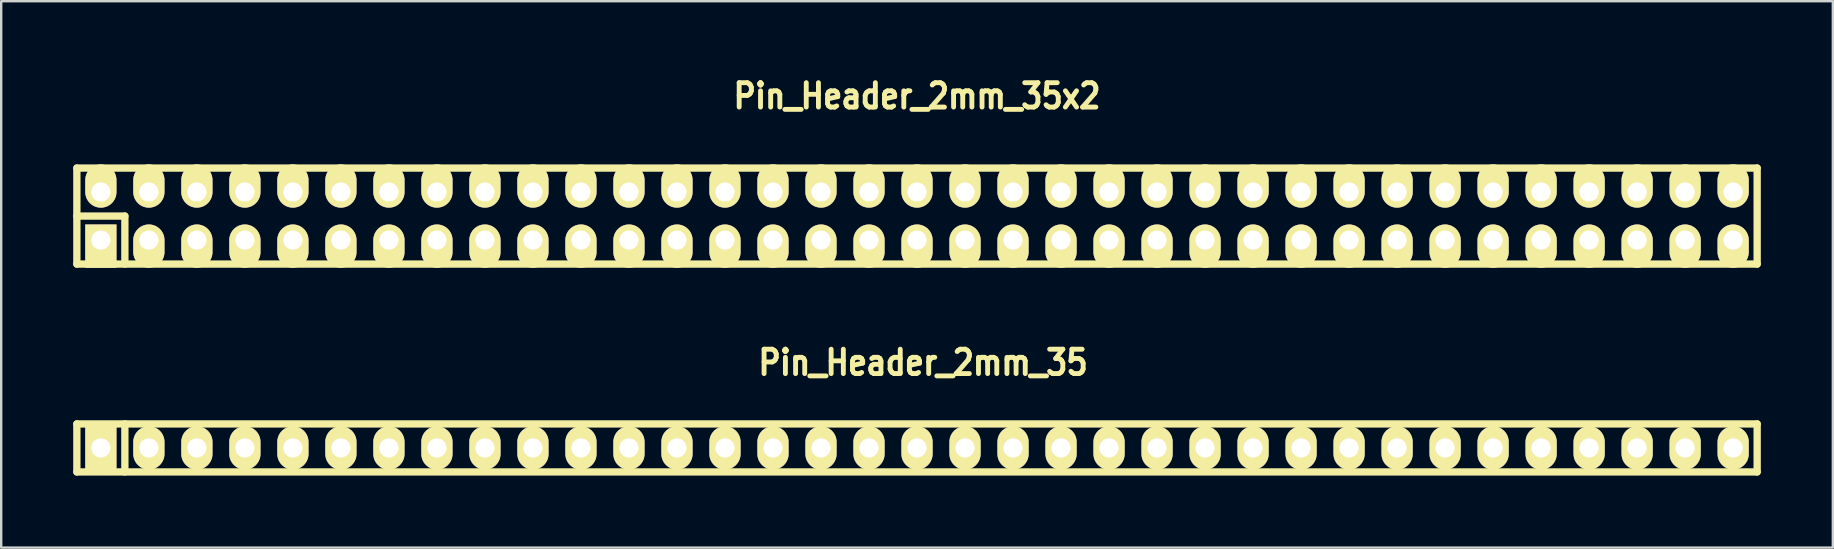
<source format=kicad_pcb>
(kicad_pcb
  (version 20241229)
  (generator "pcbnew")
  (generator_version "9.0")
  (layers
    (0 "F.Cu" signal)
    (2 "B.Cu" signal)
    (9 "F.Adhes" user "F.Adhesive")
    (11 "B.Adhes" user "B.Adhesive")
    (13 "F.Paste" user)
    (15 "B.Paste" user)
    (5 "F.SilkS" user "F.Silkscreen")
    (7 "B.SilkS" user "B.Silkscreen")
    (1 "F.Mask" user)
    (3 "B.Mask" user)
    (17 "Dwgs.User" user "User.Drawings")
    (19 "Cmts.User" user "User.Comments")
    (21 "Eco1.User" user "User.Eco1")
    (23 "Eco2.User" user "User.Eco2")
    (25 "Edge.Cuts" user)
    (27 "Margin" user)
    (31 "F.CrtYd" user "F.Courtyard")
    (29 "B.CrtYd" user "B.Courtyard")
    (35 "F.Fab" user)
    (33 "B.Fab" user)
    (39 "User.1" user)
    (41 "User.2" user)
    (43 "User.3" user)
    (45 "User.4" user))
  (footprint "Pin_Header_2mm_35x2"
    (layer "F.Cu")
    (at 35.152 5.951)
    (property "Reference" "Pin_Header_2mm_35x2" (at 0 -5 0) (layer "F.SilkS") (effects (font (size 1.016 0.889) (thickness 0.203))))
    (attr through_hole)
    (fp_line (start -35 -2) (end 35 -2) (stroke (width 0.305) (type solid)) (layer "F.SilkS"))
    (fp_line (start -35 0) (end -33 0) (stroke (width 0.305) (type solid)) (layer "F.SilkS"))
    (fp_line (start -35 2) (end -35 -2) (stroke (width 0.305) (type solid)) (layer "F.SilkS"))
    (fp_line (start -33 0) (end -33 2) (stroke (width 0.305) (type solid)) (layer "F.SilkS"))
    (fp_line (start 35 -2) (end 35 2) (stroke (width 0.305) (type solid)) (layer "F.SilkS"))
    (fp_line (start 35 2) (end -35 2) (stroke (width 0.305) (type solid)) (layer "F.SilkS"))
    (pad "1" thru_hole rect (at -34 1) (size 1.3 1.8) (drill 0.8 (offset 0 0.25)) (layers "*.Cu" "*.Mask" "F.SilkS"))
    (pad "2" thru_hole oval (at -34 -1) (size 1.3 1.8) (drill 0.8 (offset 0 -0.25)) (layers "*.Cu" "*.Mask" "F.SilkS"))
    (pad "3" thru_hole oval (at -32 1) (size 1.3 1.8) (drill 0.8 (offset 0 0.25)) (layers "*.Cu" "*.Mask" "F.SilkS"))
    (pad "4" thru_hole oval (at -32 -1) (size 1.3 1.8) (drill 0.8 (offset 0 -0.25)) (layers "*.Cu" "*.Mask" "F.SilkS"))
    (pad "5" thru_hole oval (at -30 1) (size 1.3 1.8) (drill 0.8 (offset 0 0.25)) (layers "*.Cu" "*.Mask" "F.SilkS"))
    (pad "6" thru_hole oval (at -30 -1) (size 1.3 1.8) (drill 0.8 (offset 0 -0.25)) (layers "*.Cu" "*.Mask" "F.SilkS"))
    (pad "7" thru_hole oval (at -28 1) (size 1.3 1.8) (drill 0.8 (offset 0 0.25)) (layers "*.Cu" "*.Mask" "F.SilkS"))
    (pad "8" thru_hole oval (at -28 -1) (size 1.3 1.8) (drill 0.8 (offset 0 -0.25)) (layers "*.Cu" "*.Mask" "F.SilkS"))
    (pad "9" thru_hole oval (at -26 1) (size 1.3 1.8) (drill 0.8 (offset 0 0.25)) (layers "*.Cu" "*.Mask" "F.SilkS"))
    (pad "10" thru_hole oval (at -26 -1) (size 1.3 1.8) (drill 0.8 (offset 0 -0.25)) (layers "*.Cu" "*.Mask" "F.SilkS"))
    (pad "11" thru_hole oval (at -24 1) (size 1.3 1.8) (drill 0.8 (offset 0 0.25)) (layers "*.Cu" "*.Mask" "F.SilkS"))
    (pad "12" thru_hole oval (at -24 -1) (size 1.3 1.8) (drill 0.8 (offset 0 -0.25)) (layers "*.Cu" "*.Mask" "F.SilkS"))
    (pad "13" thru_hole oval (at -22 1) (size 1.3 1.8) (drill 0.8 (offset 0 0.25)) (layers "*.Cu" "*.Mask" "F.SilkS"))
    (pad "14" thru_hole oval (at -22 -1) (size 1.3 1.8) (drill 0.8 (offset 0 -0.25)) (layers "*.Cu" "*.Mask" "F.SilkS"))
    (pad "15" thru_hole oval (at -20 1) (size 1.3 1.8) (drill 0.8 (offset 0 0.25)) (layers "*.Cu" "*.Mask" "F.SilkS"))
    (pad "16" thru_hole oval (at -20 -1) (size 1.3 1.8) (drill 0.8 (offset 0 -0.25)) (layers "*.Cu" "*.Mask" "F.SilkS"))
    (pad "17" thru_hole oval (at -18 1) (size 1.3 1.8) (drill 0.8 (offset 0 0.25)) (layers "*.Cu" "*.Mask" "F.SilkS"))
    (pad "18" thru_hole oval (at -18 -1) (size 1.3 1.8) (drill 0.8 (offset 0 -0.25)) (layers "*.Cu" "*.Mask" "F.SilkS"))
    (pad "19" thru_hole oval (at -16 1) (size 1.3 1.8) (drill 0.8 (offset 0 0.25)) (layers "*.Cu" "*.Mask" "F.SilkS"))
    (pad "20" thru_hole oval (at -16 -1) (size 1.3 1.8) (drill 0.8 (offset 0 -0.25)) (layers "*.Cu" "*.Mask" "F.SilkS"))
    (pad "21" thru_hole oval (at -14 1) (size 1.3 1.8) (drill 0.8 (offset 0 0.25)) (layers "*.Cu" "*.Mask" "F.SilkS"))
    (pad "22" thru_hole oval (at -14 -1) (size 1.3 1.8) (drill 0.8 (offset 0 -0.25)) (layers "*.Cu" "*.Mask" "F.SilkS"))
    (pad "23" thru_hole oval (at -12 1) (size 1.3 1.8) (drill 0.8 (offset 0 0.25)) (layers "*.Cu" "*.Mask" "F.SilkS"))
    (pad "24" thru_hole oval (at -12 -1) (size 1.3 1.8) (drill 0.8 (offset 0 -0.25)) (layers "*.Cu" "*.Mask" "F.SilkS"))
    (pad "25" thru_hole oval (at -10 1) (size 1.3 1.8) (drill 0.8 (offset 0 0.25)) (layers "*.Cu" "*.Mask" "F.SilkS"))
    (pad "26" thru_hole oval (at -10 -1) (size 1.3 1.8) (drill 0.8 (offset 0 -0.25)) (layers "*.Cu" "*.Mask" "F.SilkS"))
    (pad "27" thru_hole oval (at -8 1) (size 1.3 1.8) (drill 0.8 (offset 0 0.25)) (layers "*.Cu" "*.Mask" "F.SilkS"))
    (pad "28" thru_hole oval (at -8 -1) (size 1.3 1.8) (drill 0.8 (offset 0 -0.25)) (layers "*.Cu" "*.Mask" "F.SilkS"))
    (pad "29" thru_hole oval (at -6 1) (size 1.3 1.8) (drill 0.8 (offset 0 0.25)) (layers "*.Cu" "*.Mask" "F.SilkS"))
    (pad "30" thru_hole oval (at -6 -1) (size 1.3 1.8) (drill 0.8 (offset 0 -0.25)) (layers "*.Cu" "*.Mask" "F.SilkS"))
    (pad "31" thru_hole oval (at -4 1) (size 1.3 1.8) (drill 0.8 (offset 0 0.25)) (layers "*.Cu" "*.Mask" "F.SilkS"))
    (pad "32" thru_hole oval (at -4 -1) (size 1.3 1.8) (drill 0.8 (offset 0 -0.25)) (layers "*.Cu" "*.Mask" "F.SilkS"))
    (pad "33" thru_hole oval (at -2 1) (size 1.3 1.8) (drill 0.8 (offset 0 0.25)) (layers "*.Cu" "*.Mask" "F.SilkS"))
    (pad "34" thru_hole oval (at -2 -1) (size 1.3 1.8) (drill 0.8 (offset 0 -0.25)) (layers "*.Cu" "*.Mask" "F.SilkS"))
    (pad "35" thru_hole oval (at 0 1) (size 1.3 1.8) (drill 0.8 (offset 0 0.25)) (layers "*.Cu" "*.Mask" "F.SilkS"))
    (pad "36" thru_hole oval (at 0 -1) (size 1.3 1.8) (drill 0.8 (offset 0 -0.25)) (layers "*.Cu" "*.Mask" "F.SilkS"))
    (pad "37" thru_hole oval (at 2 1) (size 1.3 1.8) (drill 0.8 (offset 0 0.25)) (layers "*.Cu" "*.Mask" "F.SilkS"))
    (pad "38" thru_hole oval (at 2 -1) (size 1.3 1.8) (drill 0.8 (offset 0 -0.25)) (layers "*.Cu" "*.Mask" "F.SilkS"))
    (pad "39" thru_hole oval (at 4 1) (size 1.3 1.8) (drill 0.8 (offset 0 0.25)) (layers "*.Cu" "*.Mask" "F.SilkS"))
    (pad "40" thru_hole oval (at 4 -1) (size 1.3 1.8) (drill 0.8 (offset 0 -0.25)) (layers "*.Cu" "*.Mask" "F.SilkS"))
    (pad "41" thru_hole oval (at 6 1) (size 1.3 1.8) (drill 0.8 (offset 0 0.25)) (layers "*.Cu" "*.Mask" "F.SilkS"))
    (pad "42" thru_hole oval (at 6 -1) (size 1.3 1.8) (drill 0.8 (offset 0 -0.25)) (layers "*.Cu" "*.Mask" "F.SilkS"))
    (pad "43" thru_hole oval (at 8 1) (size 1.3 1.8) (drill 0.8 (offset 0 0.25)) (layers "*.Cu" "*.Mask" "F.SilkS"))
    (pad "44" thru_hole oval (at 8 -1) (size 1.3 1.8) (drill 0.8 (offset 0 -0.25)) (layers "*.Cu" "*.Mask" "F.SilkS"))
    (pad "45" thru_hole oval (at 10 1) (size 1.3 1.8) (drill 0.8 (offset 0 0.25)) (layers "*.Cu" "*.Mask" "F.SilkS"))
    (pad "46" thru_hole oval (at 10 -1) (size 1.3 1.8) (drill 0.8 (offset 0 -0.25)) (layers "*.Cu" "*.Mask" "F.SilkS"))
    (pad "47" thru_hole oval (at 12 1) (size 1.3 1.8) (drill 0.8 (offset 0 0.25)) (layers "*.Cu" "*.Mask" "F.SilkS"))
    (pad "48" thru_hole oval (at 12 -1) (size 1.3 1.8) (drill 0.8 (offset 0 -0.25)) (layers "*.Cu" "*.Mask" "F.SilkS"))
    (pad "49" thru_hole oval (at 14 1) (size 1.3 1.8) (drill 0.8 (offset 0 0.25)) (layers "*.Cu" "*.Mask" "F.SilkS"))
    (pad "50" thru_hole oval (at 14 -1) (size 1.3 1.8) (drill 0.8 (offset 0 -0.25)) (layers "*.Cu" "*.Mask" "F.SilkS"))
    (pad "51" thru_hole oval (at 16 1) (size 1.3 1.8) (drill 0.8 (offset 0 0.25)) (layers "*.Cu" "*.Mask" "F.SilkS"))
    (pad "52" thru_hole oval (at 16 -1) (size 1.3 1.8) (drill 0.8 (offset 0 -0.25)) (layers "*.Cu" "*.Mask" "F.SilkS"))
    (pad "53" thru_hole oval (at 18 1) (size 1.3 1.8) (drill 0.8 (offset 0 0.25)) (layers "*.Cu" "*.Mask" "F.SilkS"))
    (pad "54" thru_hole oval (at 18 -1) (size 1.3 1.8) (drill 0.8 (offset 0 -0.25)) (layers "*.Cu" "*.Mask" "F.SilkS"))
    (pad "55" thru_hole oval (at 20 1) (size 1.3 1.8) (drill 0.8 (offset 0 0.25)) (layers "*.Cu" "*.Mask" "F.SilkS"))
    (pad "56" thru_hole oval (at 20 -1) (size 1.3 1.8) (drill 0.8 (offset 0 -0.25)) (layers "*.Cu" "*.Mask" "F.SilkS"))
    (pad "57" thru_hole oval (at 22 1) (size 1.3 1.8) (drill 0.8 (offset 0 0.25)) (layers "*.Cu" "*.Mask" "F.SilkS"))
    (pad "58" thru_hole oval (at 22 -1) (size 1.3 1.8) (drill 0.8 (offset 0 -0.25)) (layers "*.Cu" "*.Mask" "F.SilkS"))
    (pad "59" thru_hole oval (at 24 1) (size 1.3 1.8) (drill 0.8 (offset 0 0.25)) (layers "*.Cu" "*.Mask" "F.SilkS"))
    (pad "60" thru_hole oval (at 24 -1) (size 1.3 1.8) (drill 0.8 (offset 0 -0.25)) (layers "*.Cu" "*.Mask" "F.SilkS"))
    (pad "61" thru_hole oval (at 26 1) (size 1.3 1.8) (drill 0.8 (offset 0 0.25)) (layers "*.Cu" "*.Mask" "F.SilkS"))
    (pad "62" thru_hole oval (at 26 -1) (size 1.3 1.8) (drill 0.8 (offset 0 -0.25)) (layers "*.Cu" "*.Mask" "F.SilkS"))
    (pad "63" thru_hole oval (at 28 1) (size 1.3 1.8) (drill 0.8 (offset 0 0.25)) (layers "*.Cu" "*.Mask" "F.SilkS"))
    (pad "64" thru_hole oval (at 28 -1) (size 1.3 1.8) (drill 0.8 (offset 0 -0.25)) (layers "*.Cu" "*.Mask" "F.SilkS"))
    (pad "65" thru_hole oval (at 30 1) (size 1.3 1.8) (drill 0.8 (offset 0 0.25)) (layers "*.Cu" "*.Mask" "F.SilkS"))
    (pad "66" thru_hole oval (at 30 -1) (size 1.3 1.8) (drill 0.8 (offset 0 -0.25)) (layers "*.Cu" "*.Mask" "F.SilkS"))
    (pad "67" thru_hole oval (at 32 1) (size 1.3 1.8) (drill 0.8 (offset 0 0.25)) (layers "*.Cu" "*.Mask" "F.SilkS"))
    (pad "68" thru_hole oval (at 32 -1) (size 1.3 1.8) (drill 0.8 (offset 0 -0.25)) (layers "*.Cu" "*.Mask" "F.SilkS"))
    (pad "69" thru_hole oval (at 34 1) (size 1.3 1.8) (drill 0.8 (offset 0 0.25)) (layers "*.Cu" "*.Mask" "F.SilkS"))
    (pad "70" thru_hole oval (at 34 -1) (size 1.3 1.8) (drill 0.8 (offset 0 -0.25)) (layers "*.Cu" "*.Mask" "F.SilkS")))
  (footprint "Pin_Header_2mm_35"
    (layer "F.Cu")
    (at 35.152 15.61)
    (property "Reference" "Pin_Header_2mm_35" (at 0.254 -3.556 0) (layer "F.SilkS") (effects (font (size 1.016 0.889) (thickness 0.203))))
    (attr through_hole)
    (fp_line (start -35 -1) (end 35 -1) (stroke (width 0.305) (type solid)) (layer "F.SilkS"))
    (fp_line (start -35 1) (end -35 -1) (stroke (width 0.305) (type solid)) (layer "F.SilkS"))
    (fp_line (start -33 -1) (end -33 1) (stroke (width 0.305) (type solid)) (layer "F.SilkS"))
    (fp_line (start 35 -1) (end 35 1) (stroke (width 0.305) (type solid)) (layer "F.SilkS"))
    (fp_line (start 35 1) (end -35 1) (stroke (width 0.305) (type solid)) (layer "F.SilkS"))
    (pad "1" thru_hole rect (at -34 0) (size 1.3 1.8) (drill 0.8) (layers "*.Cu" "*.Mask" "F.SilkS"))
    (pad "2" thru_hole oval (at -32 0) (size 1.3 1.8) (drill 0.8) (layers "*.Cu" "*.Mask" "F.SilkS"))
    (pad "3" thru_hole oval (at -30 0) (size 1.3 1.8) (drill 0.8) (layers "*.Cu" "*.Mask" "F.SilkS"))
    (pad "4" thru_hole oval (at -28 0) (size 1.3 1.8) (drill 0.8) (layers "*.Cu" "*.Mask" "F.SilkS"))
    (pad "5" thru_hole oval (at -26 0) (size 1.3 1.8) (drill 0.8) (layers "*.Cu" "*.Mask" "F.SilkS"))
    (pad "6" thru_hole oval (at -24 0) (size 1.3 1.8) (drill 0.8) (layers "*.Cu" "*.Mask" "F.SilkS"))
    (pad "7" thru_hole oval (at -22 0) (size 1.3 1.8) (drill 0.8) (layers "*.Cu" "*.Mask" "F.SilkS"))
    (pad "8" thru_hole oval (at -20 0) (size 1.3 1.8) (drill 0.8) (layers "*.Cu" "*.Mask" "F.SilkS"))
    (pad "9" thru_hole oval (at -18 0) (size 1.3 1.8) (drill 0.8) (layers "*.Cu" "*.Mask" "F.SilkS"))
    (pad "10" thru_hole oval (at -16 0) (size 1.3 1.8) (drill 0.8) (layers "*.Cu" "*.Mask" "F.SilkS"))
    (pad "11" thru_hole oval (at -14 0) (size 1.3 1.8) (drill 0.8) (layers "*.Cu" "*.Mask" "F.SilkS"))
    (pad "12" thru_hole oval (at -12 0) (size 1.3 1.8) (drill 0.8) (layers "*.Cu" "*.Mask" "F.SilkS"))
    (pad "13" thru_hole oval (at -10 0) (size 1.3 1.8) (drill 0.8) (layers "*.Cu" "*.Mask" "F.SilkS"))
    (pad "14" thru_hole oval (at -8 0) (size 1.3 1.8) (drill 0.8) (layers "*.Cu" "*.Mask" "F.SilkS"))
    (pad "15" thru_hole oval (at -6 0) (size 1.3 1.8) (drill 0.8) (layers "*.Cu" "*.Mask" "F.SilkS"))
    (pad "16" thru_hole oval (at -4 0) (size 1.3 1.8) (drill 0.8) (layers "*.Cu" "*.Mask" "F.SilkS"))
    (pad "17" thru_hole oval (at -2 0) (size 1.3 1.8) (drill 0.8) (layers "*.Cu" "*.Mask" "F.SilkS"))
    (pad "18" thru_hole oval (at 0 0) (size 1.3 1.8) (drill 0.8) (layers "*.Cu" "*.Mask" "F.SilkS"))
    (pad "19" thru_hole oval (at 2 0) (size 1.3 1.8) (drill 0.8) (layers "*.Cu" "*.Mask" "F.SilkS"))
    (pad "20" thru_hole oval (at 4 0) (size 1.3 1.8) (drill 0.8) (layers "*.Cu" "*.Mask" "F.SilkS"))
    (pad "21" thru_hole oval (at 6 0) (size 1.3 1.8) (drill 0.8) (layers "*.Cu" "*.Mask" "F.SilkS"))
    (pad "22" thru_hole oval (at 8 0) (size 1.3 1.8) (drill 0.8) (layers "*.Cu" "*.Mask" "F.SilkS"))
    (pad "23" thru_hole oval (at 10 0) (size 1.3 1.8) (drill 0.8) (layers "*.Cu" "*.Mask" "F.SilkS"))
    (pad "24" thru_hole oval (at 12 0) (size 1.3 1.8) (drill 0.8) (layers "*.Cu" "*.Mask" "F.SilkS"))
    (pad "25" thru_hole oval (at 14 0) (size 1.3 1.8) (drill 0.8) (layers "*.Cu" "*.Mask" "F.SilkS"))
    (pad "26" thru_hole oval (at 16 0) (size 1.3 1.8) (drill 0.8) (layers "*.Cu" "*.Mask" "F.SilkS"))
    (pad "27" thru_hole oval (at 18 0) (size 1.3 1.8) (drill 0.8) (layers "*.Cu" "*.Mask" "F.SilkS"))
    (pad "28" thru_hole oval (at 20 0) (size 1.3 1.8) (drill 0.8) (layers "*.Cu" "*.Mask" "F.SilkS"))
    (pad "29" thru_hole oval (at 22 0) (size 1.3 1.8) (drill 0.8) (layers "*.Cu" "*.Mask" "F.SilkS"))
    (pad "30" thru_hole oval (at 24 0) (size 1.3 1.8) (drill 0.8) (layers "*.Cu" "*.Mask" "F.SilkS"))
    (pad "31" thru_hole oval (at 26 0) (size 1.3 1.8) (drill 0.8) (layers "*.Cu" "*.Mask" "F.SilkS"))
    (pad "32" thru_hole oval (at 28 0) (size 1.3 1.8) (drill 0.8) (layers "*.Cu" "*.Mask" "F.SilkS"))
    (pad "33" thru_hole oval (at 30 0) (size 1.3 1.8) (drill 0.8) (layers "*.Cu" "*.Mask" "F.SilkS"))
    (pad "34" thru_hole oval (at 32 0) (size 1.3 1.8) (drill 0.8) (layers "*.Cu" "*.Mask" "F.SilkS"))
    (pad "35" thru_hole oval (at 34 0) (size 1.3 1.8) (drill 0.8) (layers "*.Cu" "*.Mask" "F.SilkS")))
  (gr_rect
    (start -3 -3)
    (end 73.305 19.763)
    (stroke (width 0.1) (type default))
    (fill no)
    (layer "Edge.Cuts")))
</source>
